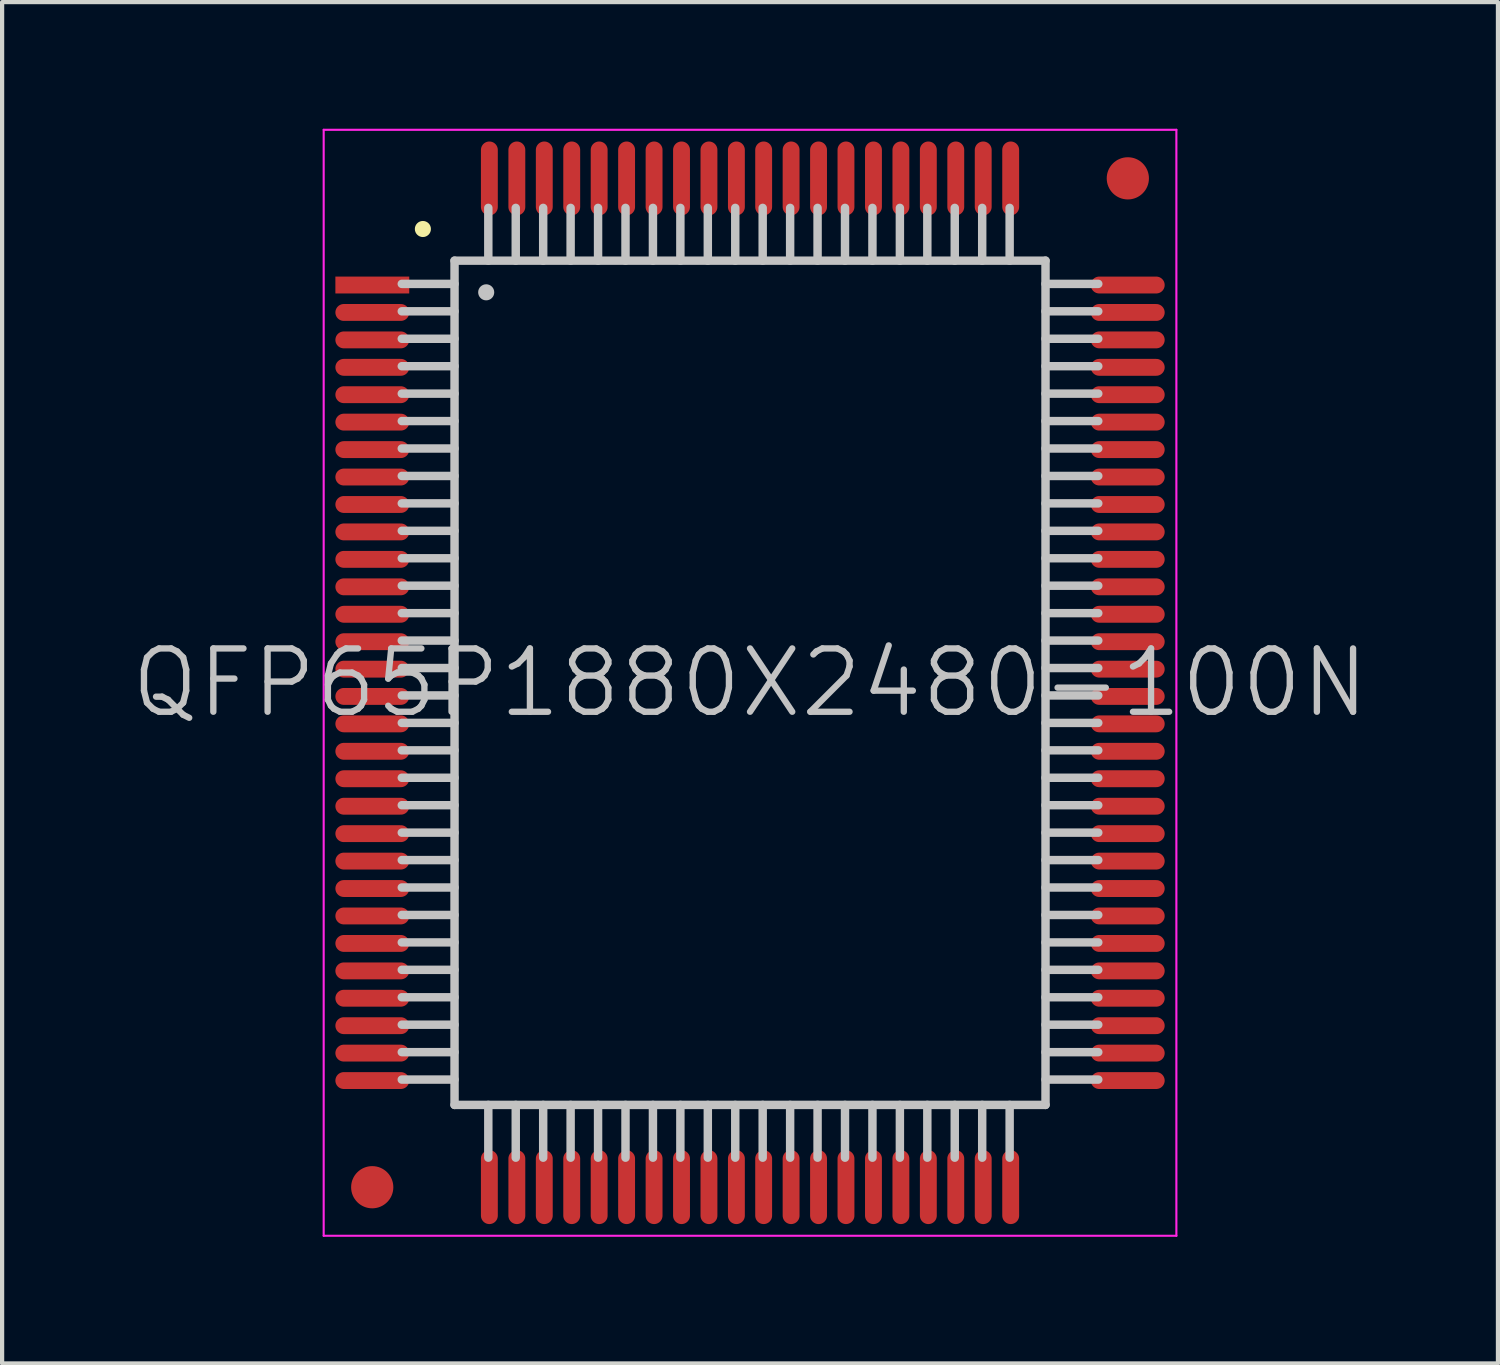
<source format=kicad_pcb>
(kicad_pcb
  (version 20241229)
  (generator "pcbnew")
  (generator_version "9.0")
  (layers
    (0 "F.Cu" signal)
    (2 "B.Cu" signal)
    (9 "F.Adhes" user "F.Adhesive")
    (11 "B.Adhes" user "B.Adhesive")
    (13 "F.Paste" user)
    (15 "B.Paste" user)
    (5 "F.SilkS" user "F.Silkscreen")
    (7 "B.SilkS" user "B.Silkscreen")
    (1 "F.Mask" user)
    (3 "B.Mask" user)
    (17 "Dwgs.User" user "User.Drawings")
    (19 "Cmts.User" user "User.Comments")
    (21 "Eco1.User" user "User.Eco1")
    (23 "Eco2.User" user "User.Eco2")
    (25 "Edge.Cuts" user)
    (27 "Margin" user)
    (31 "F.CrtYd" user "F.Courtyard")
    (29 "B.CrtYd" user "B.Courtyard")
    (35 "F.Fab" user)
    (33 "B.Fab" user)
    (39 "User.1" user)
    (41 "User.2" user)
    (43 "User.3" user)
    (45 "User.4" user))
  (footprint "QFP65P1880X2480-100N"
    (layer "F.Cu")
    (at 14.718 13.125)
    (property "Reference" "QFP65P1880X2480-100N" (at 0 0 0) (layer "Dwgs.User") (effects (font (size 1.5 1.5) (thickness 0.15))))
    (attr smd)
    (fp_line (start -7.75 -10.75) (end -7.75 -10.75) (stroke (width 0.381) (type solid)) (layer "F.SilkS"))
    (fp_line (start -7 -10) (end -7 10) (stroke (width 0.2) (type solid)) (layer "Dwgs.User"))
    (fp_line (start -7 -10) (end 7 -10) (stroke (width 0.2) (type solid)) (layer "Dwgs.User"))
    (fp_line (start -7 -9.45) (end -8.25 -9.45) (stroke (width 0.2) (type solid)) (layer "Dwgs.User"))
    (fp_line (start -7 -8.8) (end -8.25 -8.8) (stroke (width 0.2) (type solid)) (layer "Dwgs.User"))
    (fp_line (start -7 -8.15) (end -8.25 -8.15) (stroke (width 0.2) (type solid)) (layer "Dwgs.User"))
    (fp_line (start -7 -7.5) (end -8.25 -7.5) (stroke (width 0.2) (type solid)) (layer "Dwgs.User"))
    (fp_line (start -7 -6.85) (end -8.25 -6.85) (stroke (width 0.2) (type solid)) (layer "Dwgs.User"))
    (fp_line (start -7 -6.2) (end -8.25 -6.2) (stroke (width 0.2) (type solid)) (layer "Dwgs.User"))
    (fp_line (start -7 -5.55) (end -8.25 -5.55) (stroke (width 0.2) (type solid)) (layer "Dwgs.User"))
    (fp_line (start -7 -4.9) (end -8.25 -4.9) (stroke (width 0.2) (type solid)) (layer "Dwgs.User"))
    (fp_line (start -7 -4.25) (end -8.25 -4.25) (stroke (width 0.2) (type solid)) (layer "Dwgs.User"))
    (fp_line (start -7 -3.6) (end -8.25 -3.6) (stroke (width 0.2) (type solid)) (layer "Dwgs.User"))
    (fp_line (start -7 -2.95) (end -8.25 -2.95) (stroke (width 0.2) (type solid)) (layer "Dwgs.User"))
    (fp_line (start -7 -2.3) (end -8.25 -2.3) (stroke (width 0.2) (type solid)) (layer "Dwgs.User"))
    (fp_line (start -7 -1.65) (end -8.25 -1.65) (stroke (width 0.2) (type solid)) (layer "Dwgs.User"))
    (fp_line (start -7 -1) (end -8.25 -1) (stroke (width 0.2) (type solid)) (layer "Dwgs.User"))
    (fp_line (start -7 -0.35) (end -8.25 -0.35) (stroke (width 0.2) (type solid)) (layer "Dwgs.User"))
    (fp_line (start -7 0.3) (end -8.25 0.3) (stroke (width 0.2) (type solid)) (layer "Dwgs.User"))
    (fp_line (start -7 0.95) (end -8.25 0.95) (stroke (width 0.2) (type solid)) (layer "Dwgs.User"))
    (fp_line (start -7 1.6) (end -8.25 1.6) (stroke (width 0.2) (type solid)) (layer "Dwgs.User"))
    (fp_line (start -7 2.25) (end -8.25 2.25) (stroke (width 0.2) (type solid)) (layer "Dwgs.User"))
    (fp_line (start -7 2.9) (end -8.25 2.9) (stroke (width 0.2) (type solid)) (layer "Dwgs.User"))
    (fp_line (start -7 3.55) (end -8.25 3.55) (stroke (width 0.2) (type solid)) (layer "Dwgs.User"))
    (fp_line (start -7 4.2) (end -8.25 4.2) (stroke (width 0.2) (type solid)) (layer "Dwgs.User"))
    (fp_line (start -7 4.85) (end -8.25 4.85) (stroke (width 0.2) (type solid)) (layer "Dwgs.User"))
    (fp_line (start -7 5.5) (end -8.25 5.5) (stroke (width 0.2) (type solid)) (layer "Dwgs.User"))
    (fp_line (start -7 6.15) (end -8.25 6.15) (stroke (width 0.2) (type solid)) (layer "Dwgs.User"))
    (fp_line (start -7 6.8) (end -8.25 6.8) (stroke (width 0.2) (type solid)) (layer "Dwgs.User"))
    (fp_line (start -7 7.45) (end -8.25 7.45) (stroke (width 0.2) (type solid)) (layer "Dwgs.User"))
    (fp_line (start -7 8.1) (end -8.25 8.1) (stroke (width 0.2) (type solid)) (layer "Dwgs.User"))
    (fp_line (start -7 8.75) (end -8.25 8.75) (stroke (width 0.2) (type solid)) (layer "Dwgs.User"))
    (fp_line (start -7 9.4) (end -8.25 9.4) (stroke (width 0.2) (type solid)) (layer "Dwgs.User"))
    (fp_line (start -7 10) (end 7 10) (stroke (width 0.2) (type solid)) (layer "Dwgs.User"))
    (fp_line (start -6.25 -9.25) (end -6.25 -9.25) (stroke (width 0.381) (type solid)) (layer "Dwgs.User"))
    (fp_line (start -6.2 -11.25) (end -6.2 -10) (stroke (width 0.2) (type solid)) (layer "Dwgs.User"))
    (fp_line (start -6.2 10) (end -6.2 11.25) (stroke (width 0.2) (type solid)) (layer "Dwgs.User"))
    (fp_line (start -5.55 -11.25) (end -5.55 -10) (stroke (width 0.2) (type solid)) (layer "Dwgs.User"))
    (fp_line (start -5.55 10) (end -5.55 11.25) (stroke (width 0.2) (type solid)) (layer "Dwgs.User"))
    (fp_line (start -4.9 -11.25) (end -4.9 -10) (stroke (width 0.2) (type solid)) (layer "Dwgs.User"))
    (fp_line (start -4.9 10) (end -4.9 11.25) (stroke (width 0.2) (type solid)) (layer "Dwgs.User"))
    (fp_line (start -4.25 -11.25) (end -4.25 -10) (stroke (width 0.2) (type solid)) (layer "Dwgs.User"))
    (fp_line (start -4.25 10) (end -4.25 11.25) (stroke (width 0.2) (type solid)) (layer "Dwgs.User"))
    (fp_line (start -3.6 -11.25) (end -3.6 -10) (stroke (width 0.2) (type solid)) (layer "Dwgs.User"))
    (fp_line (start -3.6 10) (end -3.6 11.25) (stroke (width 0.2) (type solid)) (layer "Dwgs.User"))
    (fp_line (start -2.95 -11.25) (end -2.95 -10) (stroke (width 0.2) (type solid)) (layer "Dwgs.User"))
    (fp_line (start -2.95 10) (end -2.95 11.25) (stroke (width 0.2) (type solid)) (layer "Dwgs.User"))
    (fp_line (start -2.3 -11.25) (end -2.3 -10) (stroke (width 0.2) (type solid)) (layer "Dwgs.User"))
    (fp_line (start -2.3 10) (end -2.3 11.25) (stroke (width 0.2) (type solid)) (layer "Dwgs.User"))
    (fp_line (start -1.65 -11.25) (end -1.65 -10) (stroke (width 0.2) (type solid)) (layer "Dwgs.User"))
    (fp_line (start -1.65 10) (end -1.65 11.25) (stroke (width 0.2) (type solid)) (layer "Dwgs.User"))
    (fp_line (start -1 -11.25) (end -1 -10) (stroke (width 0.2) (type solid)) (layer "Dwgs.User"))
    (fp_line (start -1 10) (end -1 11.25) (stroke (width 0.2) (type solid)) (layer "Dwgs.User"))
    (fp_line (start -0.35 -11.25) (end -0.35 -10) (stroke (width 0.2) (type solid)) (layer "Dwgs.User"))
    (fp_line (start -0.35 10) (end -0.35 11.25) (stroke (width 0.2) (type solid)) (layer "Dwgs.User"))
    (fp_line (start 0.3 -11.25) (end 0.3 -10) (stroke (width 0.2) (type solid)) (layer "Dwgs.User"))
    (fp_line (start 0.3 10) (end 0.3 11.25) (stroke (width 0.2) (type solid)) (layer "Dwgs.User"))
    (fp_line (start 0.95 -11.25) (end 0.95 -10) (stroke (width 0.2) (type solid)) (layer "Dwgs.User"))
    (fp_line (start 0.95 10) (end 0.95 11.25) (stroke (width 0.2) (type solid)) (layer "Dwgs.User"))
    (fp_line (start 1.6 -11.25) (end 1.6 -10) (stroke (width 0.2) (type solid)) (layer "Dwgs.User"))
    (fp_line (start 1.6 10) (end 1.6 11.25) (stroke (width 0.2) (type solid)) (layer "Dwgs.User"))
    (fp_line (start 2.25 -11.25) (end 2.25 -10) (stroke (width 0.2) (type solid)) (layer "Dwgs.User"))
    (fp_line (start 2.25 10) (end 2.25 11.25) (stroke (width 0.2) (type solid)) (layer "Dwgs.User"))
    (fp_line (start 2.9 -11.25) (end 2.9 -10) (stroke (width 0.2) (type solid)) (layer "Dwgs.User"))
    (fp_line (start 2.9 10) (end 2.9 11.25) (stroke (width 0.2) (type solid)) (layer "Dwgs.User"))
    (fp_line (start 3.55 -11.25) (end 3.55 -10) (stroke (width 0.2) (type solid)) (layer "Dwgs.User"))
    (fp_line (start 3.55 10) (end 3.55 11.25) (stroke (width 0.2) (type solid)) (layer "Dwgs.User"))
    (fp_line (start 4.2 -11.25) (end 4.2 -10) (stroke (width 0.2) (type solid)) (layer "Dwgs.User"))
    (fp_line (start 4.2 10) (end 4.2 11.25) (stroke (width 0.2) (type solid)) (layer "Dwgs.User"))
    (fp_line (start 4.85 -11.25) (end 4.85 -10) (stroke (width 0.2) (type solid)) (layer "Dwgs.User"))
    (fp_line (start 4.85 10) (end 4.85 11.25) (stroke (width 0.2) (type solid)) (layer "Dwgs.User"))
    (fp_line (start 5.5 -11.25) (end 5.5 -10) (stroke (width 0.2) (type solid)) (layer "Dwgs.User"))
    (fp_line (start 5.5 10) (end 5.5 11.25) (stroke (width 0.2) (type solid)) (layer "Dwgs.User"))
    (fp_line (start 6.15 -11.25) (end 6.15 -10) (stroke (width 0.2) (type solid)) (layer "Dwgs.User"))
    (fp_line (start 6.15 10) (end 6.15 11.25) (stroke (width 0.2) (type solid)) (layer "Dwgs.User"))
    (fp_line (start 7 -10) (end 7 10) (stroke (width 0.2) (type solid)) (layer "Dwgs.User"))
    (fp_line (start 8.25 -9.45) (end 7 -9.45) (stroke (width 0.2) (type solid)) (layer "Dwgs.User"))
    (fp_line (start 8.25 -8.8) (end 7 -8.8) (stroke (width 0.2) (type solid)) (layer "Dwgs.User"))
    (fp_line (start 8.25 -8.15) (end 7 -8.15) (stroke (width 0.2) (type solid)) (layer "Dwgs.User"))
    (fp_line (start 8.25 -7.5) (end 7 -7.5) (stroke (width 0.2) (type solid)) (layer "Dwgs.User"))
    (fp_line (start 8.25 -6.85) (end 7 -6.85) (stroke (width 0.2) (type solid)) (layer "Dwgs.User"))
    (fp_line (start 8.25 -6.2) (end 7 -6.2) (stroke (width 0.2) (type solid)) (layer "Dwgs.User"))
    (fp_line (start 8.25 -5.55) (end 7 -5.55) (stroke (width 0.2) (type solid)) (layer "Dwgs.User"))
    (fp_line (start 8.25 -4.9) (end 7 -4.9) (stroke (width 0.2) (type solid)) (layer "Dwgs.User"))
    (fp_line (start 8.25 -4.25) (end 7 -4.25) (stroke (width 0.2) (type solid)) (layer "Dwgs.User"))
    (fp_line (start 8.25 -3.6) (end 7 -3.6) (stroke (width 0.2) (type solid)) (layer "Dwgs.User"))
    (fp_line (start 8.25 -2.95) (end 7 -2.95) (stroke (width 0.2) (type solid)) (layer "Dwgs.User"))
    (fp_line (start 8.25 -2.3) (end 7 -2.3) (stroke (width 0.2) (type solid)) (layer "Dwgs.User"))
    (fp_line (start 8.25 -1.65) (end 7 -1.65) (stroke (width 0.2) (type solid)) (layer "Dwgs.User"))
    (fp_line (start 8.25 -1) (end 7 -1) (stroke (width 0.2) (type solid)) (layer "Dwgs.User"))
    (fp_line (start 8.25 -0.35) (end 7 -0.35) (stroke (width 0.2) (type solid)) (layer "Dwgs.User"))
    (fp_line (start 8.25 0.3) (end 7 0.3) (stroke (width 0.2) (type solid)) (layer "Dwgs.User"))
    (fp_line (start 8.25 0.95) (end 7 0.95) (stroke (width 0.2) (type solid)) (layer "Dwgs.User"))
    (fp_line (start 8.25 1.6) (end 7 1.6) (stroke (width 0.2) (type solid)) (layer "Dwgs.User"))
    (fp_line (start 8.25 2.25) (end 7 2.25) (stroke (width 0.2) (type solid)) (layer "Dwgs.User"))
    (fp_line (start 8.25 2.9) (end 7 2.9) (stroke (width 0.2) (type solid)) (layer "Dwgs.User"))
    (fp_line (start 8.25 3.55) (end 7 3.55) (stroke (width 0.2) (type solid)) (layer "Dwgs.User"))
    (fp_line (start 8.25 4.2) (end 7 4.2) (stroke (width 0.2) (type solid)) (layer "Dwgs.User"))
    (fp_line (start 8.25 4.85) (end 7 4.85) (stroke (width 0.2) (type solid)) (layer "Dwgs.User"))
    (fp_line (start 8.25 5.5) (end 7 5.5) (stroke (width 0.2) (type solid)) (layer "Dwgs.User"))
    (fp_line (start 8.25 6.15) (end 7 6.15) (stroke (width 0.2) (type solid)) (layer "Dwgs.User"))
    (fp_line (start 8.25 6.8) (end 7 6.8) (stroke (width 0.2) (type solid)) (layer "Dwgs.User"))
    (fp_line (start 8.25 7.45) (end 7 7.45) (stroke (width 0.2) (type solid)) (layer "Dwgs.User"))
    (fp_line (start 8.25 8.1) (end 7 8.1) (stroke (width 0.2) (type solid)) (layer "Dwgs.User"))
    (fp_line (start 8.25 8.75) (end 7 8.75) (stroke (width 0.2) (type solid)) (layer "Dwgs.User"))
    (fp_line (start 8.25 9.4) (end 7 9.4) (stroke (width 0.2) (type solid)) (layer "Dwgs.User"))
    (fp_line (start -10.1 -13.1) (end -10.1 13.1) (stroke (width 0.05) (type solid)) (layer "F.CrtYd"))
    (fp_line (start -10.1 -13.1) (end 10.1 -13.1) (stroke (width 0.05) (type solid)) (layer "F.CrtYd"))
    (fp_line (start -10.1 13.1) (end 10.1 13.1) (stroke (width 0.05) (type solid)) (layer "F.CrtYd"))
    (fp_line (start 10.1 -13.1) (end 10.1 13.1) (stroke (width 0.05) (type solid)) (layer "F.CrtYd"))
    (pad "" smd circle (at -8.95 11.95) (size 1 1) (layers "F.Cu" "F.Mask"))
    (pad "" smd circle (at 8.95 -11.95) (size 1 1) (layers "F.Cu" "F.Mask"))
    (pad "1" smd rect (at -8.948 -9.423 90) (size 0.4 1.75) (layers "F.Cu" "F.Mask" "F.Paste"))
    (pad "2" smd oval (at -8.948 -8.773 90) (size 0.4 1.75) (layers "F.Cu" "F.Mask" "F.Paste"))
    (pad "3" smd oval (at -8.948 -8.123 90) (size 0.4 1.75) (layers "F.Cu" "F.Mask" "F.Paste"))
    (pad "4" smd oval (at -8.948 -7.473 90) (size 0.4 1.75) (layers "F.Cu" "F.Mask" "F.Paste"))
    (pad "5" smd oval (at -8.948 -6.825 90) (size 0.4 1.75) (layers "F.Cu" "F.Mask" "F.Paste"))
    (pad "6" smd oval (at -8.948 -6.175 90) (size 0.4 1.75) (layers "F.Cu" "F.Mask" "F.Paste"))
    (pad "7" smd oval (at -8.948 -5.524 90) (size 0.4 1.75) (layers "F.Cu" "F.Mask" "F.Paste"))
    (pad "8" smd oval (at -8.948 -4.874 90) (size 0.4 1.75) (layers "F.Cu" "F.Mask" "F.Paste"))
    (pad "9" smd oval (at -8.948 -4.224 90) (size 0.4 1.75) (layers "F.Cu" "F.Mask" "F.Paste"))
    (pad "10" smd oval (at -8.948 -3.574 90) (size 0.4 1.75) (layers "F.Cu" "F.Mask" "F.Paste"))
    (pad "11" smd oval (at -8.948 -2.924 90) (size 0.4 1.75) (layers "F.Cu" "F.Mask" "F.Paste"))
    (pad "12" smd oval (at -8.948 -2.273 90) (size 0.4 1.75) (layers "F.Cu" "F.Mask" "F.Paste"))
    (pad "13" smd oval (at -8.948 -1.623 90) (size 0.4 1.75) (layers "F.Cu" "F.Mask" "F.Paste"))
    (pad "14" smd oval (at -8.948 -0.973 90) (size 0.4 1.75) (layers "F.Cu" "F.Mask" "F.Paste"))
    (pad "15" smd oval (at -8.948 -0.323 90) (size 0.4 1.75) (layers "F.Cu" "F.Mask" "F.Paste"))
    (pad "16" smd oval (at -8.948 0.323 90) (size 0.4 1.75) (layers "F.Cu" "F.Mask" "F.Paste"))
    (pad "17" smd oval (at -8.948 0.973 90) (size 0.4 1.75) (layers "F.Cu" "F.Mask" "F.Paste"))
    (pad "18" smd oval (at -8.948 1.623 90) (size 0.4 1.75) (layers "F.Cu" "F.Mask" "F.Paste"))
    (pad "19" smd oval (at -8.948 2.273 90) (size 0.4 1.75) (layers "F.Cu" "F.Mask" "F.Paste"))
    (pad "20" smd oval (at -8.948 2.924 90) (size 0.4 1.75) (layers "F.Cu" "F.Mask" "F.Paste"))
    (pad "21" smd oval (at -8.948 3.574 90) (size 0.4 1.75) (layers "F.Cu" "F.Mask" "F.Paste"))
    (pad "22" smd oval (at -8.948 4.224 90) (size 0.4 1.75) (layers "F.Cu" "F.Mask" "F.Paste"))
    (pad "23" smd oval (at -8.948 4.874 90) (size 0.4 1.75) (layers "F.Cu" "F.Mask" "F.Paste"))
    (pad "24" smd oval (at -8.948 5.524 90) (size 0.4 1.75) (layers "F.Cu" "F.Mask" "F.Paste"))
    (pad "25" smd oval (at -8.948 6.175 90) (size 0.4 1.75) (layers "F.Cu" "F.Mask" "F.Paste"))
    (pad "26" smd oval (at -8.948 6.825 90) (size 0.4 1.75) (layers "F.Cu" "F.Mask" "F.Paste"))
    (pad "27" smd oval (at -8.948 7.473 90) (size 0.4 1.75) (layers "F.Cu" "F.Mask" "F.Paste"))
    (pad "28" smd oval (at -8.948 8.123 90) (size 0.4 1.75) (layers "F.Cu" "F.Mask" "F.Paste"))
    (pad "29" smd oval (at -8.948 8.773 90) (size 0.4 1.75) (layers "F.Cu" "F.Mask" "F.Paste"))
    (pad "30" smd oval (at -8.948 9.423 90) (size 0.4 1.75) (layers "F.Cu" "F.Mask" "F.Paste"))
    (pad "31" smd oval (at -6.175 11.948 180) (size 0.4 1.75) (layers "F.Cu" "F.Mask" "F.Paste"))
    (pad "32" smd oval (at -5.524 11.948 180) (size 0.4 1.75) (layers "F.Cu" "F.Mask" "F.Paste"))
    (pad "33" smd oval (at -4.874 11.948 180) (size 0.4 1.75) (layers "F.Cu" "F.Mask" "F.Paste"))
    (pad "34" smd oval (at -4.224 11.948 180) (size 0.4 1.75) (layers "F.Cu" "F.Mask" "F.Paste"))
    (pad "35" smd oval (at -3.574 11.948 180) (size 0.4 1.75) (layers "F.Cu" "F.Mask" "F.Paste"))
    (pad "36" smd oval (at -2.924 11.948 180) (size 0.4 1.75) (layers "F.Cu" "F.Mask" "F.Paste"))
    (pad "37" smd oval (at -2.273 11.948 180) (size 0.4 1.75) (layers "F.Cu" "F.Mask" "F.Paste"))
    (pad "38" smd oval (at -1.623 11.948 180) (size 0.4 1.75) (layers "F.Cu" "F.Mask" "F.Paste"))
    (pad "39" smd oval (at -0.973 11.948 180) (size 0.4 1.75) (layers "F.Cu" "F.Mask" "F.Paste"))
    (pad "40" smd oval (at -0.323 11.948 180) (size 0.4 1.75) (layers "F.Cu" "F.Mask" "F.Paste"))
    (pad "41" smd oval (at 0.323 11.948 180) (size 0.4 1.75) (layers "F.Cu" "F.Mask" "F.Paste"))
    (pad "42" smd oval (at 0.973 11.948 180) (size 0.4 1.75) (layers "F.Cu" "F.Mask" "F.Paste"))
    (pad "43" smd oval (at 1.623 11.948 180) (size 0.4 1.75) (layers "F.Cu" "F.Mask" "F.Paste"))
    (pad "44" smd oval (at 2.273 11.948 180) (size 0.4 1.75) (layers "F.Cu" "F.Mask" "F.Paste"))
    (pad "45" smd oval (at 2.924 11.948 180) (size 0.4 1.75) (layers "F.Cu" "F.Mask" "F.Paste"))
    (pad "46" smd oval (at 3.574 11.948 180) (size 0.4 1.75) (layers "F.Cu" "F.Mask" "F.Paste"))
    (pad "47" smd oval (at 4.224 11.948 180) (size 0.4 1.75) (layers "F.Cu" "F.Mask" "F.Paste"))
    (pad "48" smd oval (at 4.874 11.948 180) (size 0.4 1.75) (layers "F.Cu" "F.Mask" "F.Paste"))
    (pad "49" smd oval (at 5.524 11.948 180) (size 0.4 1.75) (layers "F.Cu" "F.Mask" "F.Paste"))
    (pad "50" smd oval (at 6.175 11.948 180) (size 0.4 1.75) (layers "F.Cu" "F.Mask" "F.Paste"))
    (pad "51" smd oval (at 8.948 9.423 270) (size 0.4 1.75) (layers "F.Cu" "F.Mask" "F.Paste"))
    (pad "52" smd oval (at 8.948 8.773 270) (size 0.4 1.75) (layers "F.Cu" "F.Mask" "F.Paste"))
    (pad "53" smd oval (at 8.948 8.123 270) (size 0.4 1.75) (layers "F.Cu" "F.Mask" "F.Paste"))
    (pad "54" smd oval (at 8.948 7.473 270) (size 0.4 1.75) (layers "F.Cu" "F.Mask" "F.Paste"))
    (pad "55" smd oval (at 8.948 6.825 270) (size 0.4 1.75) (layers "F.Cu" "F.Mask" "F.Paste"))
    (pad "56" smd oval (at 8.948 6.175 270) (size 0.4 1.75) (layers "F.Cu" "F.Mask" "F.Paste"))
    (pad "57" smd oval (at 8.948 5.524 270) (size 0.4 1.75) (layers "F.Cu" "F.Mask" "F.Paste"))
    (pad "58" smd oval (at 8.948 4.874 270) (size 0.4 1.75) (layers "F.Cu" "F.Mask" "F.Paste"))
    (pad "59" smd oval (at 8.948 4.224 270) (size 0.4 1.75) (layers "F.Cu" "F.Mask" "F.Paste"))
    (pad "60" smd oval (at 8.948 3.574 270) (size 0.4 1.75) (layers "F.Cu" "F.Mask" "F.Paste"))
    (pad "61" smd oval (at 8.948 2.924 270) (size 0.4 1.75) (layers "F.Cu" "F.Mask" "F.Paste"))
    (pad "62" smd oval (at 8.948 2.273 270) (size 0.4 1.75) (layers "F.Cu" "F.Mask" "F.Paste"))
    (pad "63" smd oval (at 8.948 1.623 270) (size 0.4 1.75) (layers "F.Cu" "F.Mask" "F.Paste"))
    (pad "64" smd oval (at 8.948 0.973 270) (size 0.4 1.75) (layers "F.Cu" "F.Mask" "F.Paste"))
    (pad "65" smd oval (at 8.948 0.323 270) (size 0.4 1.75) (layers "F.Cu" "F.Mask" "F.Paste"))
    (pad "66" smd oval (at 8.948 -0.323 270) (size 0.4 1.75) (layers "F.Cu" "F.Mask" "F.Paste"))
    (pad "67" smd oval (at 8.948 -0.973 270) (size 0.4 1.75) (layers "F.Cu" "F.Mask" "F.Paste"))
    (pad "68" smd oval (at 8.948 -1.623 270) (size 0.4 1.75) (layers "F.Cu" "F.Mask" "F.Paste"))
    (pad "69" smd oval (at 8.948 -2.273 270) (size 0.4 1.75) (layers "F.Cu" "F.Mask" "F.Paste"))
    (pad "70" smd oval (at 8.948 -2.924 270) (size 0.4 1.75) (layers "F.Cu" "F.Mask" "F.Paste"))
    (pad "71" smd oval (at 8.948 -3.574 270) (size 0.4 1.75) (layers "F.Cu" "F.Mask" "F.Paste"))
    (pad "72" smd oval (at 8.948 -4.224 270) (size 0.4 1.75) (layers "F.Cu" "F.Mask" "F.Paste"))
    (pad "73" smd oval (at 8.948 -4.874 270) (size 0.4 1.75) (layers "F.Cu" "F.Mask" "F.Paste"))
    (pad "74" smd oval (at 8.948 -5.524 270) (size 0.4 1.75) (layers "F.Cu" "F.Mask" "F.Paste"))
    (pad "75" smd oval (at 8.948 -6.175 270) (size 0.4 1.75) (layers "F.Cu" "F.Mask" "F.Paste"))
    (pad "76" smd oval (at 8.948 -6.825 270) (size 0.4 1.75) (layers "F.Cu" "F.Mask" "F.Paste"))
    (pad "77" smd oval (at 8.948 -7.473 270) (size 0.4 1.75) (layers "F.Cu" "F.Mask" "F.Paste"))
    (pad "78" smd oval (at 8.948 -8.123 270) (size 0.4 1.75) (layers "F.Cu" "F.Mask" "F.Paste"))
    (pad "79" smd oval (at 8.948 -8.773 270) (size 0.4 1.75) (layers "F.Cu" "F.Mask" "F.Paste"))
    (pad "80" smd oval (at 8.948 -9.423 270) (size 0.4 1.75) (layers "F.Cu" "F.Mask" "F.Paste"))
    (pad "81" smd oval (at 6.175 -11.948) (size 0.4 1.75) (layers "F.Cu" "F.Mask" "F.Paste"))
    (pad "82" smd oval (at 5.524 -11.948) (size 0.4 1.75) (layers "F.Cu" "F.Mask" "F.Paste"))
    (pad "83" smd oval (at 4.874 -11.948) (size 0.4 1.75) (layers "F.Cu" "F.Mask" "F.Paste"))
    (pad "84" smd oval (at 4.224 -11.948) (size 0.4 1.75) (layers "F.Cu" "F.Mask" "F.Paste"))
    (pad "85" smd oval (at 3.574 -11.948) (size 0.4 1.75) (layers "F.Cu" "F.Mask" "F.Paste"))
    (pad "86" smd oval (at 2.924 -11.948) (size 0.4 1.75) (layers "F.Cu" "F.Mask" "F.Paste"))
    (pad "87" smd oval (at 2.273 -11.948) (size 0.4 1.75) (layers "F.Cu" "F.Mask" "F.Paste"))
    (pad "88" smd oval (at 1.623 -11.948) (size 0.4 1.75) (layers "F.Cu" "F.Mask" "F.Paste"))
    (pad "89" smd oval (at 0.973 -11.948) (size 0.4 1.75) (layers "F.Cu" "F.Mask" "F.Paste"))
    (pad "90" smd oval (at 0.323 -11.948) (size 0.4 1.75) (layers "F.Cu" "F.Mask" "F.Paste"))
    (pad "91" smd oval (at -0.323 -11.948) (size 0.4 1.75) (layers "F.Cu" "F.Mask" "F.Paste"))
    (pad "92" smd oval (at -0.973 -11.948) (size 0.4 1.75) (layers "F.Cu" "F.Mask" "F.Paste"))
    (pad "93" smd oval (at -1.623 -11.948) (size 0.4 1.75) (layers "F.Cu" "F.Mask" "F.Paste"))
    (pad "94" smd oval (at -2.273 -11.948) (size 0.4 1.75) (layers "F.Cu" "F.Mask" "F.Paste"))
    (pad "95" smd oval (at -2.924 -11.948) (size 0.4 1.75) (layers "F.Cu" "F.Mask" "F.Paste"))
    (pad "96" smd oval (at -3.574 -11.948) (size 0.4 1.75) (layers "F.Cu" "F.Mask" "F.Paste"))
    (pad "97" smd oval (at -4.224 -11.948) (size 0.4 1.75) (layers "F.Cu" "F.Mask" "F.Paste"))
    (pad "98" smd oval (at -4.874 -11.948) (size 0.4 1.75) (layers "F.Cu" "F.Mask" "F.Paste"))
    (pad "99" smd oval (at -5.524 -11.948) (size 0.4 1.75) (layers "F.Cu" "F.Mask" "F.Paste"))
    (pad "100" smd oval (at -6.175 -11.948) (size 0.4 1.75) (layers "F.Cu" "F.Mask" "F.Paste")))
  (gr_rect
    (start -3 -3)
    (end 32.436 29.25)
    (stroke (width 0.1) (type default))
    (fill no)
    (layer "Edge.Cuts")))
</source>
